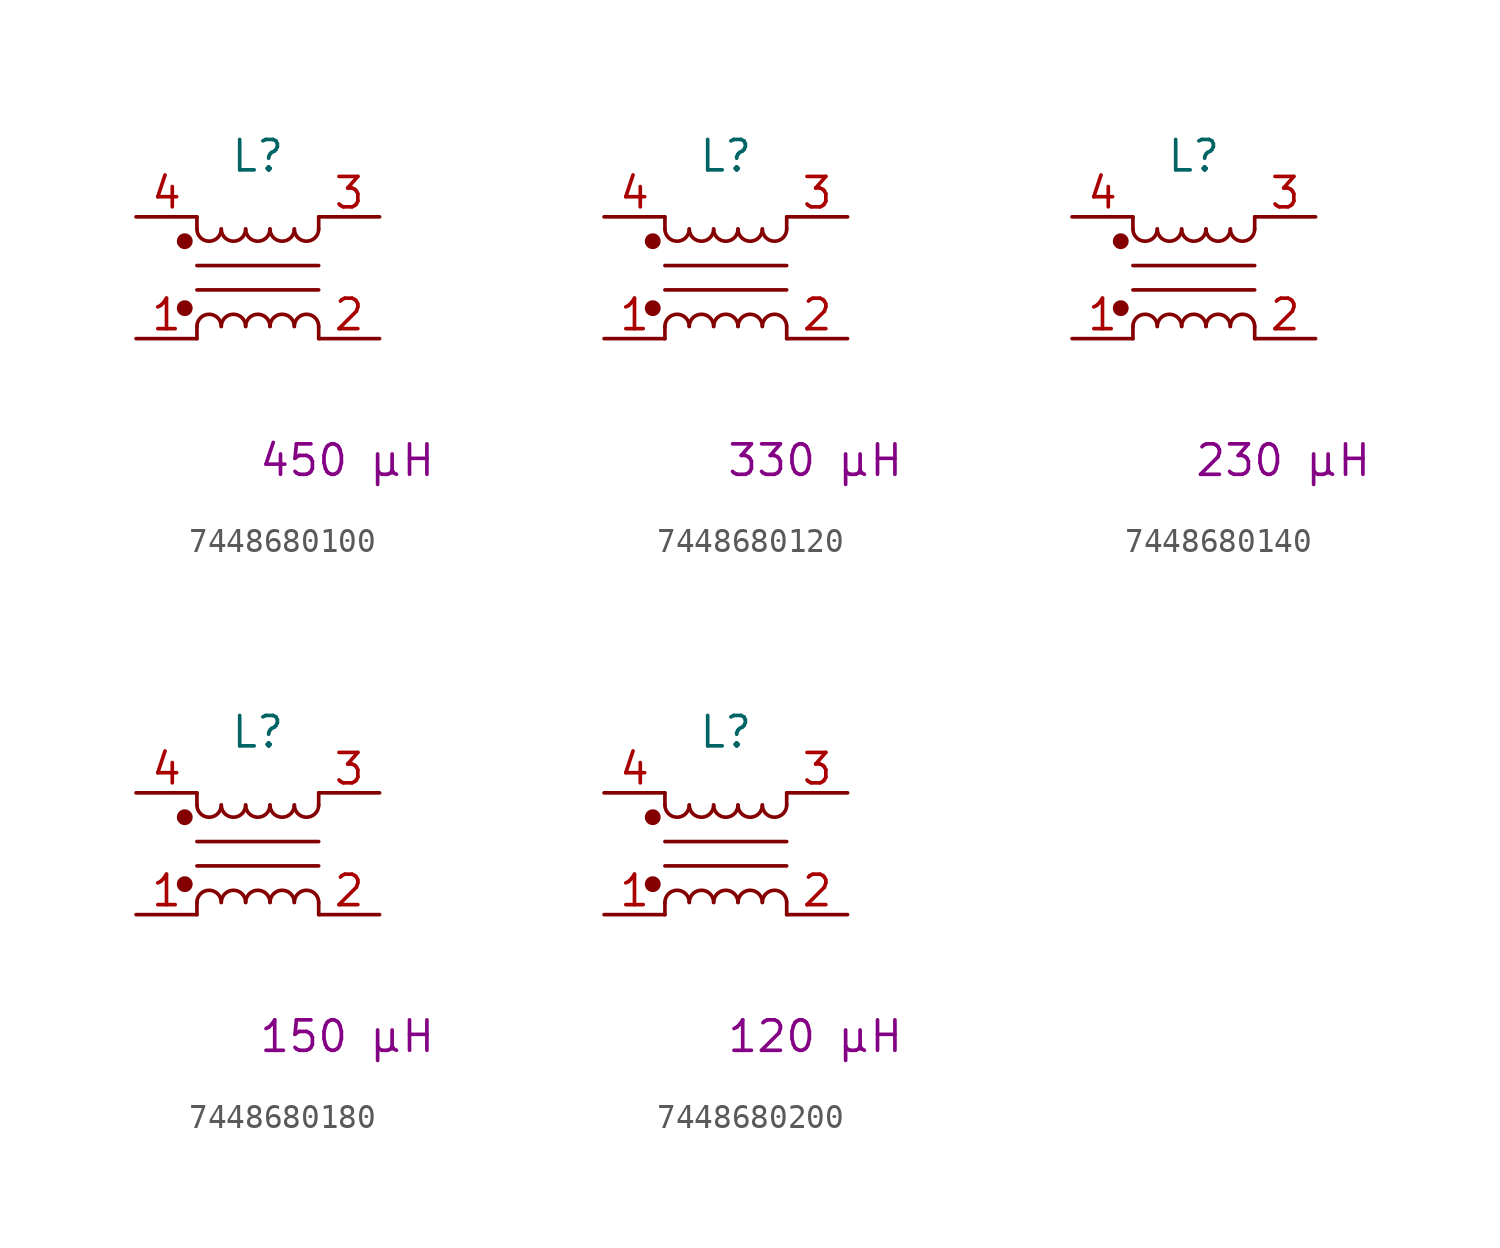
<source format=kicad_sym>
(kicad_symbol_lib
  (version 20220914)
  (generator kicad_symbol_editor)
  (symbol "7448680100"
    (pin_names hide)
    (property "Reference" "L"
      (at 0 5.08 0)
      (effects (font (size 1.27 1.27))))
    (property "Critical Parameter" "450 µH"
      (at 0 -7.62 0)
      (effects (font (size 1.27 1.27)) (justify left)))
    (symbol "7448680100_0_1"
      (circle (center -3.048 -1.27) (radius 0.254) (stroke (width 0) (type default)) (fill (type outline)))
      (circle (center -3.048 1.524) (radius 0.254) (stroke (width 0) (type default)) (fill (type outline)))
      (arc (start -2.54 2.032) (mid -2.032 1.5262) (end -1.524 2.032) (stroke (width 0) (type default)) (fill (type none)))
      (arc (start -1.524 -2.032) (mid -2.032 -1.5262) (end -2.54 -2.032) (stroke (width 0) (type default)) (fill (type none)))
      (arc (start -1.524 2.032) (mid -1.016 1.5262) (end -0.508 2.032) (stroke (width 0) (type default)) (fill (type none)))
      (arc (start -0.508 -2.032) (mid -1.016 -1.5262) (end -1.524 -2.032) (stroke (width 0) (type default)) (fill (type none)))
      (arc (start -0.508 2.032) (mid 0 1.5262) (end 0.508 2.032) (stroke (width 0) (type default)) (fill (type none)))
      (polyline (pts (xy -2.54 -2.032) (xy -2.54 -2.54)) (stroke (width 0) (type default)) (fill (type none)))
      (polyline (pts (xy -2.54 0.508) (xy 2.54 0.508)) (stroke (width 0) (type default)) (fill (type none)))
      (polyline (pts (xy -2.54 2.032) (xy -2.54 2.54)) (stroke (width 0) (type default)) (fill (type none)))
      (polyline (pts (xy 2.54 -2.032) (xy 2.54 -2.54)) (stroke (width 0) (type default)) (fill (type none)))
      (polyline (pts (xy 2.54 -0.508) (xy -2.54 -0.508)) (stroke (width 0) (type default)) (fill (type none)))
      (polyline (pts (xy 2.54 2.54) (xy 2.54 2.032)) (stroke (width 0) (type default)) (fill (type none)))
      (arc (start 0.508 -2.032) (mid 0 -1.5262) (end -0.508 -2.032) (stroke (width 0) (type default)) (fill (type none)))
      (arc (start 0.508 2.032) (mid 1.016 1.5262) (end 1.524 2.032) (stroke (width 0) (type default)) (fill (type none)))
      (arc (start 1.524 -2.032) (mid 1.016 -1.5262) (end 0.508 -2.032) (stroke (width 0) (type default)) (fill (type none)))
      (arc (start 1.524 2.032) (mid 2.032 1.5262) (end 2.54 2.032) (stroke (width 0) (type default)) (fill (type none)))
      (arc (start 2.54 -2.032) (mid 2.032 -1.5262) (end 1.524 -2.032) (stroke (width 0) (type default)) (fill (type none))))
    (symbol "7448680100_1_1"
      (pin passive line (at -5.08 -2.54 0) (length 2.54) (name "1" (effects (font (size 1.27 1.27)))) (number "1" (effects (font (size 1.27 1.27)))))
      (pin passive line (at 5.08 -2.54 180) (length 2.54) (name "2" (effects (font (size 1.27 1.27)))) (number "2" (effects (font (size 1.27 1.27)))))
      (pin passive line (at 5.08 2.54 180) (length 2.54) (name "3" (effects (font (size 1.27 1.27)))) (number "3" (effects (font (size 1.27 1.27)))))
      (pin passive line (at -5.08 2.54 0) (length 2.54) (name "4" (effects (font (size 1.27 1.27)))) (number "4" (effects (font (size 1.27 1.27)))))))
  (symbol "7448680120"
    (pin_names hide)
    (property "Reference" "L"
      (at 0 5.08 0)
      (effects (font (size 1.27 1.27))))
    (property "Critical Parameter" "330 µH"
      (at 0 -7.62 0)
      (effects (font (size 1.27 1.27)) (justify left)))
    (symbol "7448680120_0_1"
      (circle (center -3.048 -1.27) (radius 0.254) (stroke (width 0) (type default)) (fill (type outline)))
      (circle (center -3.048 1.524) (radius 0.254) (stroke (width 0) (type default)) (fill (type outline)))
      (arc (start -2.54 2.032) (mid -2.032 1.5262) (end -1.524 2.032) (stroke (width 0) (type default)) (fill (type none)))
      (arc (start -1.524 -2.032) (mid -2.032 -1.5262) (end -2.54 -2.032) (stroke (width 0) (type default)) (fill (type none)))
      (arc (start -1.524 2.032) (mid -1.016 1.5262) (end -0.508 2.032) (stroke (width 0) (type default)) (fill (type none)))
      (arc (start -0.508 -2.032) (mid -1.016 -1.5262) (end -1.524 -2.032) (stroke (width 0) (type default)) (fill (type none)))
      (arc (start -0.508 2.032) (mid 0 1.5262) (end 0.508 2.032) (stroke (width 0) (type default)) (fill (type none)))
      (polyline (pts (xy -2.54 -2.032) (xy -2.54 -2.54)) (stroke (width 0) (type default)) (fill (type none)))
      (polyline (pts (xy -2.54 0.508) (xy 2.54 0.508)) (stroke (width 0) (type default)) (fill (type none)))
      (polyline (pts (xy -2.54 2.032) (xy -2.54 2.54)) (stroke (width 0) (type default)) (fill (type none)))
      (polyline (pts (xy 2.54 -2.032) (xy 2.54 -2.54)) (stroke (width 0) (type default)) (fill (type none)))
      (polyline (pts (xy 2.54 -0.508) (xy -2.54 -0.508)) (stroke (width 0) (type default)) (fill (type none)))
      (polyline (pts (xy 2.54 2.54) (xy 2.54 2.032)) (stroke (width 0) (type default)) (fill (type none)))
      (arc (start 0.508 -2.032) (mid 0 -1.5262) (end -0.508 -2.032) (stroke (width 0) (type default)) (fill (type none)))
      (arc (start 0.508 2.032) (mid 1.016 1.5262) (end 1.524 2.032) (stroke (width 0) (type default)) (fill (type none)))
      (arc (start 1.524 -2.032) (mid 1.016 -1.5262) (end 0.508 -2.032) (stroke (width 0) (type default)) (fill (type none)))
      (arc (start 1.524 2.032) (mid 2.032 1.5262) (end 2.54 2.032) (stroke (width 0) (type default)) (fill (type none)))
      (arc (start 2.54 -2.032) (mid 2.032 -1.5262) (end 1.524 -2.032) (stroke (width 0) (type default)) (fill (type none))))
    (symbol "7448680120_1_1"
      (pin passive line (at -5.08 -2.54 0) (length 2.54) (name "1" (effects (font (size 1.27 1.27)))) (number "1" (effects (font (size 1.27 1.27)))))
      (pin passive line (at 5.08 -2.54 180) (length 2.54) (name "2" (effects (font (size 1.27 1.27)))) (number "2" (effects (font (size 1.27 1.27)))))
      (pin passive line (at 5.08 2.54 180) (length 2.54) (name "3" (effects (font (size 1.27 1.27)))) (number "3" (effects (font (size 1.27 1.27)))))
      (pin passive line (at -5.08 2.54 0) (length 2.54) (name "4" (effects (font (size 1.27 1.27)))) (number "4" (effects (font (size 1.27 1.27)))))))
  (symbol "7448680140"
    (pin_names hide)
    (property "Reference" "L"
      (at 0 5.08 0)
      (effects (font (size 1.27 1.27))))
    (property "Critical Parameter" "230 µH"
      (at 0 -7.62 0)
      (effects (font (size 1.27 1.27)) (justify left)))
    (symbol "7448680140_0_1"
      (circle (center -3.048 -1.27) (radius 0.254) (stroke (width 0) (type default)) (fill (type outline)))
      (circle (center -3.048 1.524) (radius 0.254) (stroke (width 0) (type default)) (fill (type outline)))
      (arc (start -2.54 2.032) (mid -2.032 1.5262) (end -1.524 2.032) (stroke (width 0) (type default)) (fill (type none)))
      (arc (start -1.524 -2.032) (mid -2.032 -1.5262) (end -2.54 -2.032) (stroke (width 0) (type default)) (fill (type none)))
      (arc (start -1.524 2.032) (mid -1.016 1.5262) (end -0.508 2.032) (stroke (width 0) (type default)) (fill (type none)))
      (arc (start -0.508 -2.032) (mid -1.016 -1.5262) (end -1.524 -2.032) (stroke (width 0) (type default)) (fill (type none)))
      (arc (start -0.508 2.032) (mid 0 1.5262) (end 0.508 2.032) (stroke (width 0) (type default)) (fill (type none)))
      (polyline (pts (xy -2.54 -2.032) (xy -2.54 -2.54)) (stroke (width 0) (type default)) (fill (type none)))
      (polyline (pts (xy -2.54 0.508) (xy 2.54 0.508)) (stroke (width 0) (type default)) (fill (type none)))
      (polyline (pts (xy -2.54 2.032) (xy -2.54 2.54)) (stroke (width 0) (type default)) (fill (type none)))
      (polyline (pts (xy 2.54 -2.032) (xy 2.54 -2.54)) (stroke (width 0) (type default)) (fill (type none)))
      (polyline (pts (xy 2.54 -0.508) (xy -2.54 -0.508)) (stroke (width 0) (type default)) (fill (type none)))
      (polyline (pts (xy 2.54 2.54) (xy 2.54 2.032)) (stroke (width 0) (type default)) (fill (type none)))
      (arc (start 0.508 -2.032) (mid 0 -1.5262) (end -0.508 -2.032) (stroke (width 0) (type default)) (fill (type none)))
      (arc (start 0.508 2.032) (mid 1.016 1.5262) (end 1.524 2.032) (stroke (width 0) (type default)) (fill (type none)))
      (arc (start 1.524 -2.032) (mid 1.016 -1.5262) (end 0.508 -2.032) (stroke (width 0) (type default)) (fill (type none)))
      (arc (start 1.524 2.032) (mid 2.032 1.5262) (end 2.54 2.032) (stroke (width 0) (type default)) (fill (type none)))
      (arc (start 2.54 -2.032) (mid 2.032 -1.5262) (end 1.524 -2.032) (stroke (width 0) (type default)) (fill (type none))))
    (symbol "7448680140_1_1"
      (pin passive line (at -5.08 -2.54 0) (length 2.54) (name "1" (effects (font (size 1.27 1.27)))) (number "1" (effects (font (size 1.27 1.27)))))
      (pin passive line (at 5.08 -2.54 180) (length 2.54) (name "2" (effects (font (size 1.27 1.27)))) (number "2" (effects (font (size 1.27 1.27)))))
      (pin passive line (at 5.08 2.54 180) (length 2.54) (name "3" (effects (font (size 1.27 1.27)))) (number "3" (effects (font (size 1.27 1.27)))))
      (pin passive line (at -5.08 2.54 0) (length 2.54) (name "4" (effects (font (size 1.27 1.27)))) (number "4" (effects (font (size 1.27 1.27)))))))
  (symbol "7448680180"
    (pin_names hide)
    (property "Reference" "L"
      (at 0 5.08 0)
      (effects (font (size 1.27 1.27))))
    (property "Critical Parameter" "150 µH"
      (at 0 -7.62 0)
      (effects (font (size 1.27 1.27)) (justify left)))
    (symbol "7448680180_0_1"
      (circle (center -3.048 -1.27) (radius 0.254) (stroke (width 0) (type default)) (fill (type outline)))
      (circle (center -3.048 1.524) (radius 0.254) (stroke (width 0) (type default)) (fill (type outline)))
      (arc (start -2.54 2.032) (mid -2.032 1.5262) (end -1.524 2.032) (stroke (width 0) (type default)) (fill (type none)))
      (arc (start -1.524 -2.032) (mid -2.032 -1.5262) (end -2.54 -2.032) (stroke (width 0) (type default)) (fill (type none)))
      (arc (start -1.524 2.032) (mid -1.016 1.5262) (end -0.508 2.032) (stroke (width 0) (type default)) (fill (type none)))
      (arc (start -0.508 -2.032) (mid -1.016 -1.5262) (end -1.524 -2.032) (stroke (width 0) (type default)) (fill (type none)))
      (arc (start -0.508 2.032) (mid 0 1.5262) (end 0.508 2.032) (stroke (width 0) (type default)) (fill (type none)))
      (polyline (pts (xy -2.54 -2.032) (xy -2.54 -2.54)) (stroke (width 0) (type default)) (fill (type none)))
      (polyline (pts (xy -2.54 0.508) (xy 2.54 0.508)) (stroke (width 0) (type default)) (fill (type none)))
      (polyline (pts (xy -2.54 2.032) (xy -2.54 2.54)) (stroke (width 0) (type default)) (fill (type none)))
      (polyline (pts (xy 2.54 -2.032) (xy 2.54 -2.54)) (stroke (width 0) (type default)) (fill (type none)))
      (polyline (pts (xy 2.54 -0.508) (xy -2.54 -0.508)) (stroke (width 0) (type default)) (fill (type none)))
      (polyline (pts (xy 2.54 2.54) (xy 2.54 2.032)) (stroke (width 0) (type default)) (fill (type none)))
      (arc (start 0.508 -2.032) (mid 0 -1.5262) (end -0.508 -2.032) (stroke (width 0) (type default)) (fill (type none)))
      (arc (start 0.508 2.032) (mid 1.016 1.5262) (end 1.524 2.032) (stroke (width 0) (type default)) (fill (type none)))
      (arc (start 1.524 -2.032) (mid 1.016 -1.5262) (end 0.508 -2.032) (stroke (width 0) (type default)) (fill (type none)))
      (arc (start 1.524 2.032) (mid 2.032 1.5262) (end 2.54 2.032) (stroke (width 0) (type default)) (fill (type none)))
      (arc (start 2.54 -2.032) (mid 2.032 -1.5262) (end 1.524 -2.032) (stroke (width 0) (type default)) (fill (type none))))
    (symbol "7448680180_1_1"
      (pin passive line (at -5.08 -2.54 0) (length 2.54) (name "1" (effects (font (size 1.27 1.27)))) (number "1" (effects (font (size 1.27 1.27)))))
      (pin passive line (at 5.08 -2.54 180) (length 2.54) (name "2" (effects (font (size 1.27 1.27)))) (number "2" (effects (font (size 1.27 1.27)))))
      (pin passive line (at 5.08 2.54 180) (length 2.54) (name "3" (effects (font (size 1.27 1.27)))) (number "3" (effects (font (size 1.27 1.27)))))
      (pin passive line (at -5.08 2.54 0) (length 2.54) (name "4" (effects (font (size 1.27 1.27)))) (number "4" (effects (font (size 1.27 1.27)))))))
  (symbol "7448680200"
    (pin_names hide)
    (property "Reference" "L"
      (at 0 5.08 0)
      (effects (font (size 1.27 1.27))))
    (property "Critical Parameter" "120 µH"
      (at 0 -7.62 0)
      (effects (font (size 1.27 1.27)) (justify left)))
    (symbol "7448680200_0_1"
      (circle (center -3.048 -1.27) (radius 0.254) (stroke (width 0) (type default)) (fill (type outline)))
      (circle (center -3.048 1.524) (radius 0.254) (stroke (width 0) (type default)) (fill (type outline)))
      (arc (start -2.54 2.032) (mid -2.032 1.5262) (end -1.524 2.032) (stroke (width 0) (type default)) (fill (type none)))
      (arc (start -1.524 -2.032) (mid -2.032 -1.5262) (end -2.54 -2.032) (stroke (width 0) (type default)) (fill (type none)))
      (arc (start -1.524 2.032) (mid -1.016 1.5262) (end -0.508 2.032) (stroke (width 0) (type default)) (fill (type none)))
      (arc (start -0.508 -2.032) (mid -1.016 -1.5262) (end -1.524 -2.032) (stroke (width 0) (type default)) (fill (type none)))
      (arc (start -0.508 2.032) (mid 0 1.5262) (end 0.508 2.032) (stroke (width 0) (type default)) (fill (type none)))
      (polyline (pts (xy -2.54 -2.032) (xy -2.54 -2.54)) (stroke (width 0) (type default)) (fill (type none)))
      (polyline (pts (xy -2.54 0.508) (xy 2.54 0.508)) (stroke (width 0) (type default)) (fill (type none)))
      (polyline (pts (xy -2.54 2.032) (xy -2.54 2.54)) (stroke (width 0) (type default)) (fill (type none)))
      (polyline (pts (xy 2.54 -2.032) (xy 2.54 -2.54)) (stroke (width 0) (type default)) (fill (type none)))
      (polyline (pts (xy 2.54 -0.508) (xy -2.54 -0.508)) (stroke (width 0) (type default)) (fill (type none)))
      (polyline (pts (xy 2.54 2.54) (xy 2.54 2.032)) (stroke (width 0) (type default)) (fill (type none)))
      (arc (start 0.508 -2.032) (mid 0 -1.5262) (end -0.508 -2.032) (stroke (width 0) (type default)) (fill (type none)))
      (arc (start 0.508 2.032) (mid 1.016 1.5262) (end 1.524 2.032) (stroke (width 0) (type default)) (fill (type none)))
      (arc (start 1.524 -2.032) (mid 1.016 -1.5262) (end 0.508 -2.032) (stroke (width 0) (type default)) (fill (type none)))
      (arc (start 1.524 2.032) (mid 2.032 1.5262) (end 2.54 2.032) (stroke (width 0) (type default)) (fill (type none)))
      (arc (start 2.54 -2.032) (mid 2.032 -1.5262) (end 1.524 -2.032) (stroke (width 0) (type default)) (fill (type none))))
    (symbol "7448680200_1_1"
      (pin passive line (at -5.08 -2.54 0) (length 2.54) (name "1" (effects (font (size 1.27 1.27)))) (number "1" (effects (font (size 1.27 1.27)))))
      (pin passive line (at 5.08 -2.54 180) (length 2.54) (name "2" (effects (font (size 1.27 1.27)))) (number "2" (effects (font (size 1.27 1.27)))))
      (pin passive line (at 5.08 2.54 180) (length 2.54) (name "3" (effects (font (size 1.27 1.27)))) (number "3" (effects (font (size 1.27 1.27)))))
      (pin passive line (at -5.08 2.54 0) (length 2.54) (name "4" (effects (font (size 1.27 1.27)))) (number "4" (effects (font (size 1.27 1.27))))))))
</source>
